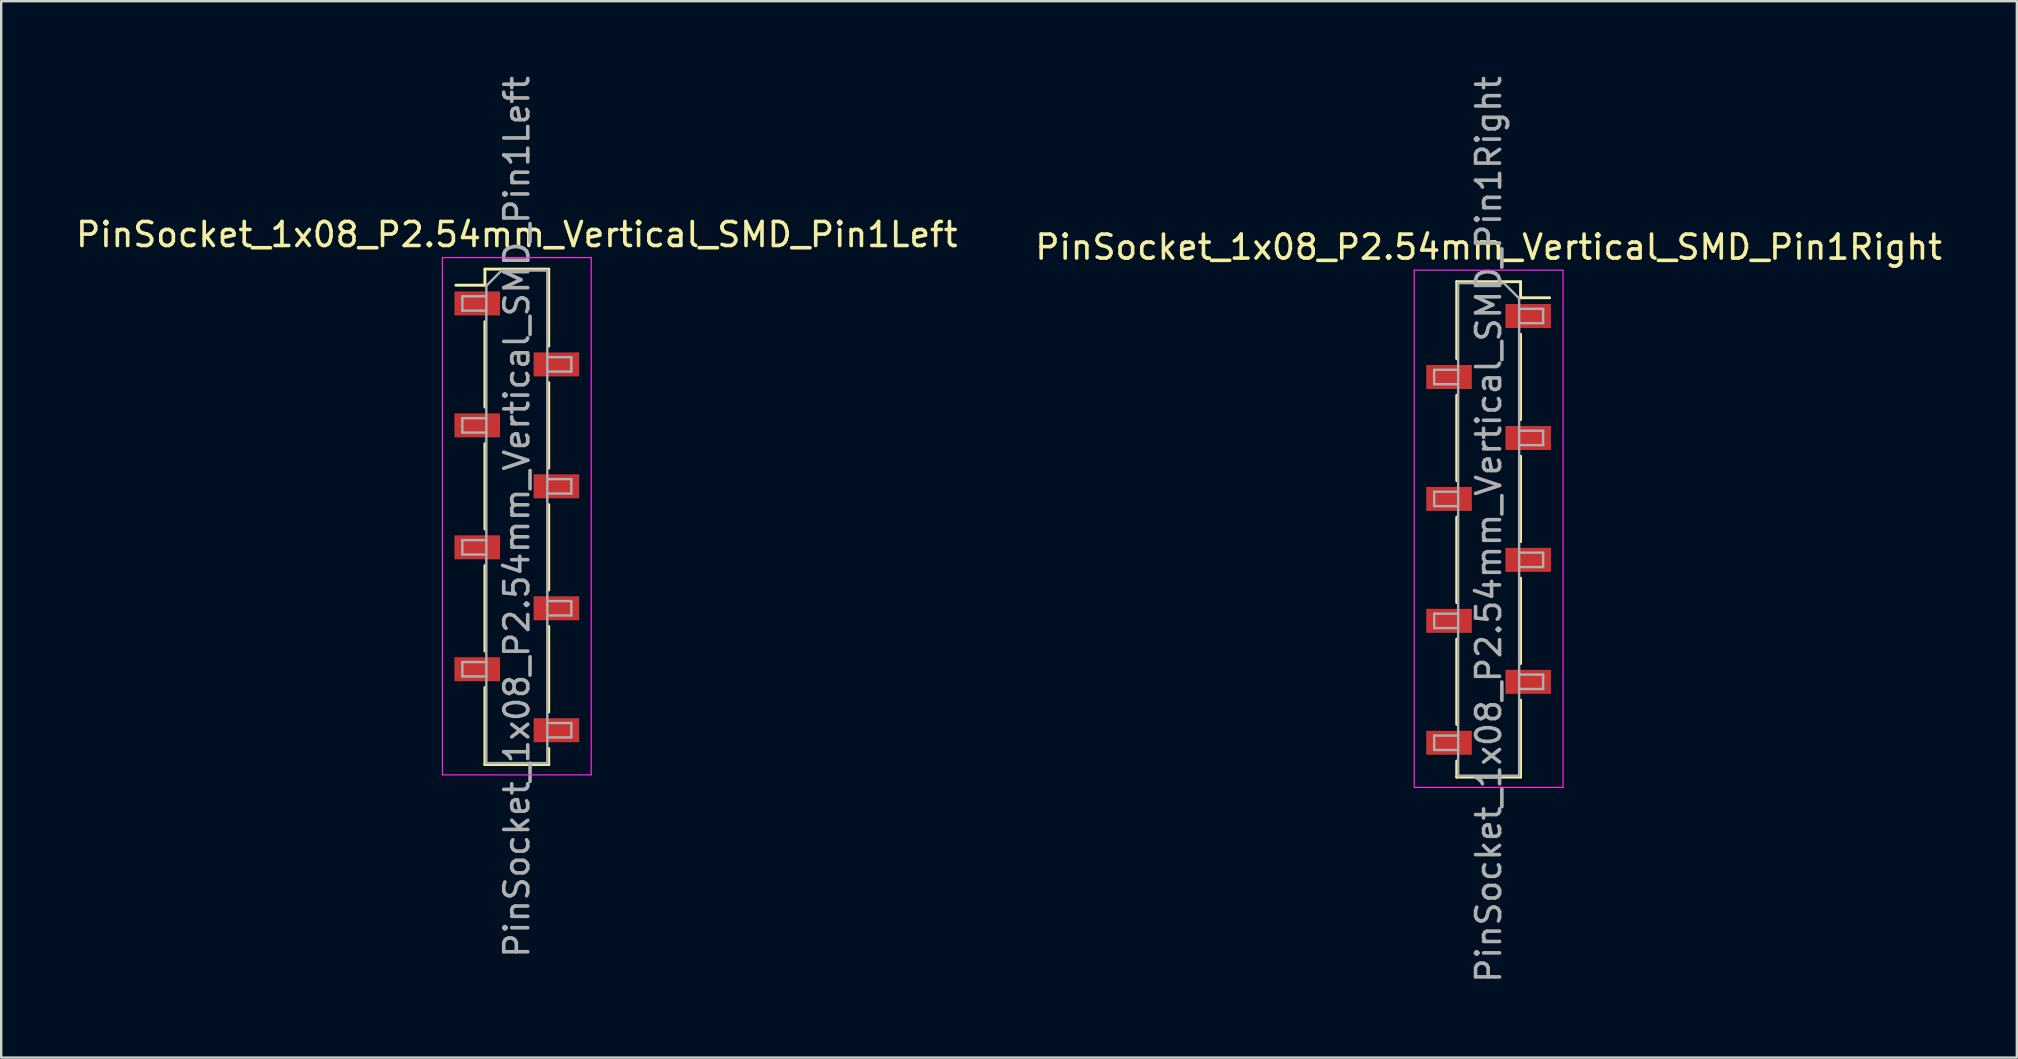
<source format=kicad_pcb>
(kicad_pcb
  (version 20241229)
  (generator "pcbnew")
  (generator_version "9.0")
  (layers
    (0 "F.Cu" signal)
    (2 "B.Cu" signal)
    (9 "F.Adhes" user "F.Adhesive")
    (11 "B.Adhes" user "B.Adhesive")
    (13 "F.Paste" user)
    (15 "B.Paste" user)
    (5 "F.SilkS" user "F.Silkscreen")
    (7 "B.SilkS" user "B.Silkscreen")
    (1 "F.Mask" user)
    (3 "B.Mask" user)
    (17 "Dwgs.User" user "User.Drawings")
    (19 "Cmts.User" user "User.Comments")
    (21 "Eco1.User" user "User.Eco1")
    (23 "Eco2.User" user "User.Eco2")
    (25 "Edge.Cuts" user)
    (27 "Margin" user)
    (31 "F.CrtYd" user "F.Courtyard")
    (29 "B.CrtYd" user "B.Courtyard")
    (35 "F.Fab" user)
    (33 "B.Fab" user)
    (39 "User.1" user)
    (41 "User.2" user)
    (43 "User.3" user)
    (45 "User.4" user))
  (footprint "PinSocket_1x08_P2.54mm_Vertical_SMD_Pin1Left"
    (layer "F.Cu")
    (at 18.482 18.482)
    (property "Reference" "PinSocket_1x08_P2.54mm_Vertical_SMD_Pin1Left" (at 0 -11.76 0) (layer "F.SilkS") (effects (font (size 1 1) (thickness 0.15))))
    (attr smd)
    (fp_line (start -2.54 -9.65) (end -1.33 -9.65) (stroke (width 0.12) (type solid)) (layer "F.SilkS"))
    (fp_line (start -1.33 -10.32) (end -1.33 -9.65) (stroke (width 0.12) (type solid)) (layer "F.SilkS"))
    (fp_line (start -1.33 -10.32) (end 1.33 -10.32) (stroke (width 0.12) (type solid)) (layer "F.SilkS"))
    (fp_line (start -1.33 -8.13) (end -1.33 -4.57) (stroke (width 0.12) (type solid)) (layer "F.SilkS"))
    (fp_line (start -1.33 -3.05) (end -1.33 0.51) (stroke (width 0.12) (type solid)) (layer "F.SilkS"))
    (fp_line (start -1.33 2.03) (end -1.33 5.59) (stroke (width 0.12) (type solid)) (layer "F.SilkS"))
    (fp_line (start -1.33 7.11) (end -1.33 10.32) (stroke (width 0.12) (type solid)) (layer "F.SilkS"))
    (fp_line (start -1.33 10.32) (end 1.33 10.32) (stroke (width 0.12) (type solid)) (layer "F.SilkS"))
    (fp_line (start 1.33 -10.32) (end 1.33 -7.11) (stroke (width 0.12) (type solid)) (layer "F.SilkS"))
    (fp_line (start 1.33 -5.59) (end 1.33 -2.03) (stroke (width 0.12) (type solid)) (layer "F.SilkS"))
    (fp_line (start 1.33 -0.51) (end 1.33 3.05) (stroke (width 0.12) (type solid)) (layer "F.SilkS"))
    (fp_line (start 1.33 4.57) (end 1.33 8.13) (stroke (width 0.12) (type solid)) (layer "F.SilkS"))
    (fp_line (start 1.33 9.65) (end 1.33 10.32) (stroke (width 0.12) (type solid)) (layer "F.SilkS"))
    (fp_line (start -3.1 -10.8) (end 3.1 -10.8) (stroke (width 0.05) (type solid)) (layer "F.CrtYd"))
    (fp_line (start -3.1 10.75) (end -3.1 -10.8) (stroke (width 0.05) (type solid)) (layer "F.CrtYd"))
    (fp_line (start 3.1 -10.8) (end 3.1 10.75) (stroke (width 0.05) (type solid)) (layer "F.CrtYd"))
    (fp_line (start 3.1 10.75) (end -3.1 10.75) (stroke (width 0.05) (type solid)) (layer "F.CrtYd"))
    (fp_line (start -2.27 -9.19) (end -1.27 -9.19) (stroke (width 0.1) (type solid)) (layer "F.Fab"))
    (fp_line (start -2.27 -8.59) (end -2.27 -9.19) (stroke (width 0.1) (type solid)) (layer "F.Fab"))
    (fp_line (start -2.27 -4.11) (end -1.27 -4.11) (stroke (width 0.1) (type solid)) (layer "F.Fab"))
    (fp_line (start -2.27 -3.51) (end -2.27 -4.11) (stroke (width 0.1) (type solid)) (layer "F.Fab"))
    (fp_line (start -2.27 0.97) (end -1.27 0.97) (stroke (width 0.1) (type solid)) (layer "F.Fab"))
    (fp_line (start -2.27 1.57) (end -2.27 0.97) (stroke (width 0.1) (type solid)) (layer "F.Fab"))
    (fp_line (start -2.27 6.05) (end -1.27 6.05) (stroke (width 0.1) (type solid)) (layer "F.Fab"))
    (fp_line (start -2.27 6.65) (end -2.27 6.05) (stroke (width 0.1) (type solid)) (layer "F.Fab"))
    (fp_line (start -1.27 -9.625) (end -0.635 -10.26) (stroke (width 0.1) (type solid)) (layer "F.Fab"))
    (fp_line (start -1.27 -8.59) (end -2.27 -8.59) (stroke (width 0.1) (type solid)) (layer "F.Fab"))
    (fp_line (start -1.27 -3.51) (end -2.27 -3.51) (stroke (width 0.1) (type solid)) (layer "F.Fab"))
    (fp_line (start -1.27 1.57) (end -2.27 1.57) (stroke (width 0.1) (type solid)) (layer "F.Fab"))
    (fp_line (start -1.27 6.65) (end -2.27 6.65) (stroke (width 0.1) (type solid)) (layer "F.Fab"))
    (fp_line (start -1.27 10.26) (end -1.27 -9.625) (stroke (width 0.1) (type solid)) (layer "F.Fab"))
    (fp_line (start -0.635 -10.26) (end 1.27 -10.26) (stroke (width 0.1) (type solid)) (layer "F.Fab"))
    (fp_line (start 1.27 -10.26) (end 1.27 10.26) (stroke (width 0.1) (type solid)) (layer "F.Fab"))
    (fp_line (start 1.27 -6.65) (end 2.27 -6.65) (stroke (width 0.1) (type solid)) (layer "F.Fab"))
    (fp_line (start 1.27 -1.57) (end 2.27 -1.57) (stroke (width 0.1) (type solid)) (layer "F.Fab"))
    (fp_line (start 1.27 3.51) (end 2.27 3.51) (stroke (width 0.1) (type solid)) (layer "F.Fab"))
    (fp_line (start 1.27 8.59) (end 2.27 8.59) (stroke (width 0.1) (type solid)) (layer "F.Fab"))
    (fp_line (start 1.27 10.26) (end -1.27 10.26) (stroke (width 0.1) (type solid)) (layer "F.Fab"))
    (fp_line (start 2.27 -6.65) (end 2.27 -6.05) (stroke (width 0.1) (type solid)) (layer "F.Fab"))
    (fp_line (start 2.27 -6.05) (end 1.27 -6.05) (stroke (width 0.1) (type solid)) (layer "F.Fab"))
    (fp_line (start 2.27 -1.57) (end 2.27 -0.97) (stroke (width 0.1) (type solid)) (layer "F.Fab"))
    (fp_line (start 2.27 -0.97) (end 1.27 -0.97) (stroke (width 0.1) (type solid)) (layer "F.Fab"))
    (fp_line (start 2.27 3.51) (end 2.27 4.11) (stroke (width 0.1) (type solid)) (layer "F.Fab"))
    (fp_line (start 2.27 4.11) (end 1.27 4.11) (stroke (width 0.1) (type solid)) (layer "F.Fab"))
    (fp_line (start 2.27 8.59) (end 2.27 9.19) (stroke (width 0.1) (type solid)) (layer "F.Fab"))
    (fp_line (start 2.27 9.19) (end 1.27 9.19) (stroke (width 0.1) (type solid)) (layer "F.Fab"))
    (fp_text user "${REFERENCE}" (at 0 0 90) (layer "F.Fab") (effects (font (size 1 1) (thickness 0.15))))
    (pad "1" smd rect (at -1.65 -8.89) (size 1.9 1) (layers "F.Cu" "F.Mask" "F.Paste"))
    (pad "2" smd rect (at 1.65 -6.35) (size 1.9 1) (layers "F.Cu" "F.Mask" "F.Paste"))
    (pad "3" smd rect (at -1.65 -3.81) (size 1.9 1) (layers "F.Cu" "F.Mask" "F.Paste"))
    (pad "4" smd rect (at 1.65 -1.27) (size 1.9 1) (layers "F.Cu" "F.Mask" "F.Paste"))
    (pad "5" smd rect (at -1.65 1.27) (size 1.9 1) (layers "F.Cu" "F.Mask" "F.Paste"))
    (pad "6" smd rect (at 1.65 3.81) (size 1.9 1) (layers "F.Cu" "F.Mask" "F.Paste"))
    (pad "7" smd rect (at -1.65 6.35) (size 1.9 1) (layers "F.Cu" "F.Mask" "F.Paste"))
    (pad "8" smd rect (at 1.65 8.89) (size 1.9 1) (layers "F.Cu" "F.Mask" "F.Paste")))
  (footprint "PinSocket_1x08_P2.54mm_Vertical_SMD_Pin1Right"
    (layer "F.Cu")
    (at 58.97 19.006)
    (property "Reference" "PinSocket_1x08_P2.54mm_Vertical_SMD_Pin1Right" (at 0 -11.76 0) (layer "F.SilkS") (effects (font (size 1 1) (thickness 0.15))))
    (attr smd)
    (fp_line (start -1.33 -10.32) (end -1.33 -7.11) (stroke (width 0.12) (type solid)) (layer "F.SilkS"))
    (fp_line (start -1.33 -10.32) (end 1.33 -10.32) (stroke (width 0.12) (type solid)) (layer "F.SilkS"))
    (fp_line (start -1.33 -5.59) (end -1.33 -2.03) (stroke (width 0.12) (type solid)) (layer "F.SilkS"))
    (fp_line (start -1.33 -0.51) (end -1.33 3.05) (stroke (width 0.12) (type solid)) (layer "F.SilkS"))
    (fp_line (start -1.33 4.57) (end -1.33 8.13) (stroke (width 0.12) (type solid)) (layer "F.SilkS"))
    (fp_line (start -1.33 9.65) (end -1.33 10.32) (stroke (width 0.12) (type solid)) (layer "F.SilkS"))
    (fp_line (start -1.33 10.32) (end 1.33 10.32) (stroke (width 0.12) (type solid)) (layer "F.SilkS"))
    (fp_line (start 1.33 -10.32) (end 1.33 -9.65) (stroke (width 0.12) (type solid)) (layer "F.SilkS"))
    (fp_line (start 1.33 -9.65) (end 2.54 -9.65) (stroke (width 0.12) (type solid)) (layer "F.SilkS"))
    (fp_line (start 1.33 -8.13) (end 1.33 -4.57) (stroke (width 0.12) (type solid)) (layer "F.SilkS"))
    (fp_line (start 1.33 -3.05) (end 1.33 0.51) (stroke (width 0.12) (type solid)) (layer "F.SilkS"))
    (fp_line (start 1.33 2.03) (end 1.33 5.59) (stroke (width 0.12) (type solid)) (layer "F.SilkS"))
    (fp_line (start 1.33 7.11) (end 1.33 10.32) (stroke (width 0.12) (type solid)) (layer "F.SilkS"))
    (fp_line (start -3.1 -10.8) (end 3.1 -10.8) (stroke (width 0.05) (type solid)) (layer "F.CrtYd"))
    (fp_line (start -3.1 10.75) (end -3.1 -10.8) (stroke (width 0.05) (type solid)) (layer "F.CrtYd"))
    (fp_line (start 3.1 -10.8) (end 3.1 10.75) (stroke (width 0.05) (type solid)) (layer "F.CrtYd"))
    (fp_line (start 3.1 10.75) (end -3.1 10.75) (stroke (width 0.05) (type solid)) (layer "F.CrtYd"))
    (fp_line (start -2.27 -6.65) (end -1.27 -6.65) (stroke (width 0.1) (type solid)) (layer "F.Fab"))
    (fp_line (start -2.27 -6.05) (end -2.27 -6.65) (stroke (width 0.1) (type solid)) (layer "F.Fab"))
    (fp_line (start -2.27 -1.57) (end -1.27 -1.57) (stroke (width 0.1) (type solid)) (layer "F.Fab"))
    (fp_line (start -2.27 -0.97) (end -2.27 -1.57) (stroke (width 0.1) (type solid)) (layer "F.Fab"))
    (fp_line (start -2.27 3.51) (end -1.27 3.51) (stroke (width 0.1) (type solid)) (layer "F.Fab"))
    (fp_line (start -2.27 4.11) (end -2.27 3.51) (stroke (width 0.1) (type solid)) (layer "F.Fab"))
    (fp_line (start -2.27 8.59) (end -1.27 8.59) (stroke (width 0.1) (type solid)) (layer "F.Fab"))
    (fp_line (start -2.27 9.19) (end -2.27 8.59) (stroke (width 0.1) (type solid)) (layer "F.Fab"))
    (fp_line (start -1.27 -10.26) (end 0.635 -10.26) (stroke (width 0.1) (type solid)) (layer "F.Fab"))
    (fp_line (start -1.27 -6.05) (end -2.27 -6.05) (stroke (width 0.1) (type solid)) (layer "F.Fab"))
    (fp_line (start -1.27 -0.97) (end -2.27 -0.97) (stroke (width 0.1) (type solid)) (layer "F.Fab"))
    (fp_line (start -1.27 4.11) (end -2.27 4.11) (stroke (width 0.1) (type solid)) (layer "F.Fab"))
    (fp_line (start -1.27 9.19) (end -2.27 9.19) (stroke (width 0.1) (type solid)) (layer "F.Fab"))
    (fp_line (start -1.27 10.26) (end -1.27 -10.26) (stroke (width 0.1) (type solid)) (layer "F.Fab"))
    (fp_line (start 0.635 -10.26) (end 1.27 -9.625) (stroke (width 0.1) (type solid)) (layer "F.Fab"))
    (fp_line (start 1.27 -9.625) (end 1.27 10.26) (stroke (width 0.1) (type solid)) (layer "F.Fab"))
    (fp_line (start 1.27 -9.19) (end 2.27 -9.19) (stroke (width 0.1) (type solid)) (layer "F.Fab"))
    (fp_line (start 1.27 -4.11) (end 2.27 -4.11) (stroke (width 0.1) (type solid)) (layer "F.Fab"))
    (fp_line (start 1.27 0.97) (end 2.27 0.97) (stroke (width 0.1) (type solid)) (layer "F.Fab"))
    (fp_line (start 1.27 6.05) (end 2.27 6.05) (stroke (width 0.1) (type solid)) (layer "F.Fab"))
    (fp_line (start 1.27 10.26) (end -1.27 10.26) (stroke (width 0.1) (type solid)) (layer "F.Fab"))
    (fp_line (start 2.27 -9.19) (end 2.27 -8.59) (stroke (width 0.1) (type solid)) (layer "F.Fab"))
    (fp_line (start 2.27 -8.59) (end 1.27 -8.59) (stroke (width 0.1) (type solid)) (layer "F.Fab"))
    (fp_line (start 2.27 -4.11) (end 2.27 -3.51) (stroke (width 0.1) (type solid)) (layer "F.Fab"))
    (fp_line (start 2.27 -3.51) (end 1.27 -3.51) (stroke (width 0.1) (type solid)) (layer "F.Fab"))
    (fp_line (start 2.27 0.97) (end 2.27 1.57) (stroke (width 0.1) (type solid)) (layer "F.Fab"))
    (fp_line (start 2.27 1.57) (end 1.27 1.57) (stroke (width 0.1) (type solid)) (layer "F.Fab"))
    (fp_line (start 2.27 6.05) (end 2.27 6.65) (stroke (width 0.1) (type solid)) (layer "F.Fab"))
    (fp_line (start 2.27 6.65) (end 1.27 6.65) (stroke (width 0.1) (type solid)) (layer "F.Fab"))
    (fp_text user "${REFERENCE}" (at 0 0 90) (layer "F.Fab") (effects (font (size 1 1) (thickness 0.15))))
    (pad "1" smd rect (at 1.65 -8.89) (size 1.9 1) (layers "F.Cu" "F.Mask" "F.Paste"))
    (pad "2" smd rect (at -1.65 -6.35) (size 1.9 1) (layers "F.Cu" "F.Mask" "F.Paste"))
    (pad "3" smd rect (at 1.65 -3.81) (size 1.9 1) (layers "F.Cu" "F.Mask" "F.Paste"))
    (pad "4" smd rect (at -1.65 -1.27) (size 1.9 1) (layers "F.Cu" "F.Mask" "F.Paste"))
    (pad "5" smd rect (at 1.65 1.27) (size 1.9 1) (layers "F.Cu" "F.Mask" "F.Paste"))
    (pad "6" smd rect (at -1.65 3.81) (size 1.9 1) (layers "F.Cu" "F.Mask" "F.Paste"))
    (pad "7" smd rect (at 1.65 6.35) (size 1.9 1) (layers "F.Cu" "F.Mask" "F.Paste"))
    (pad "8" smd rect (at -1.65 8.89) (size 1.9 1) (layers "F.Cu" "F.Mask" "F.Paste")))
  (gr_rect
    (start -3 -3)
    (end 80.976 41.012)
    (stroke (width 0.1) (type default))
    (fill no)
    (layer "Edge.Cuts")))
</source>
